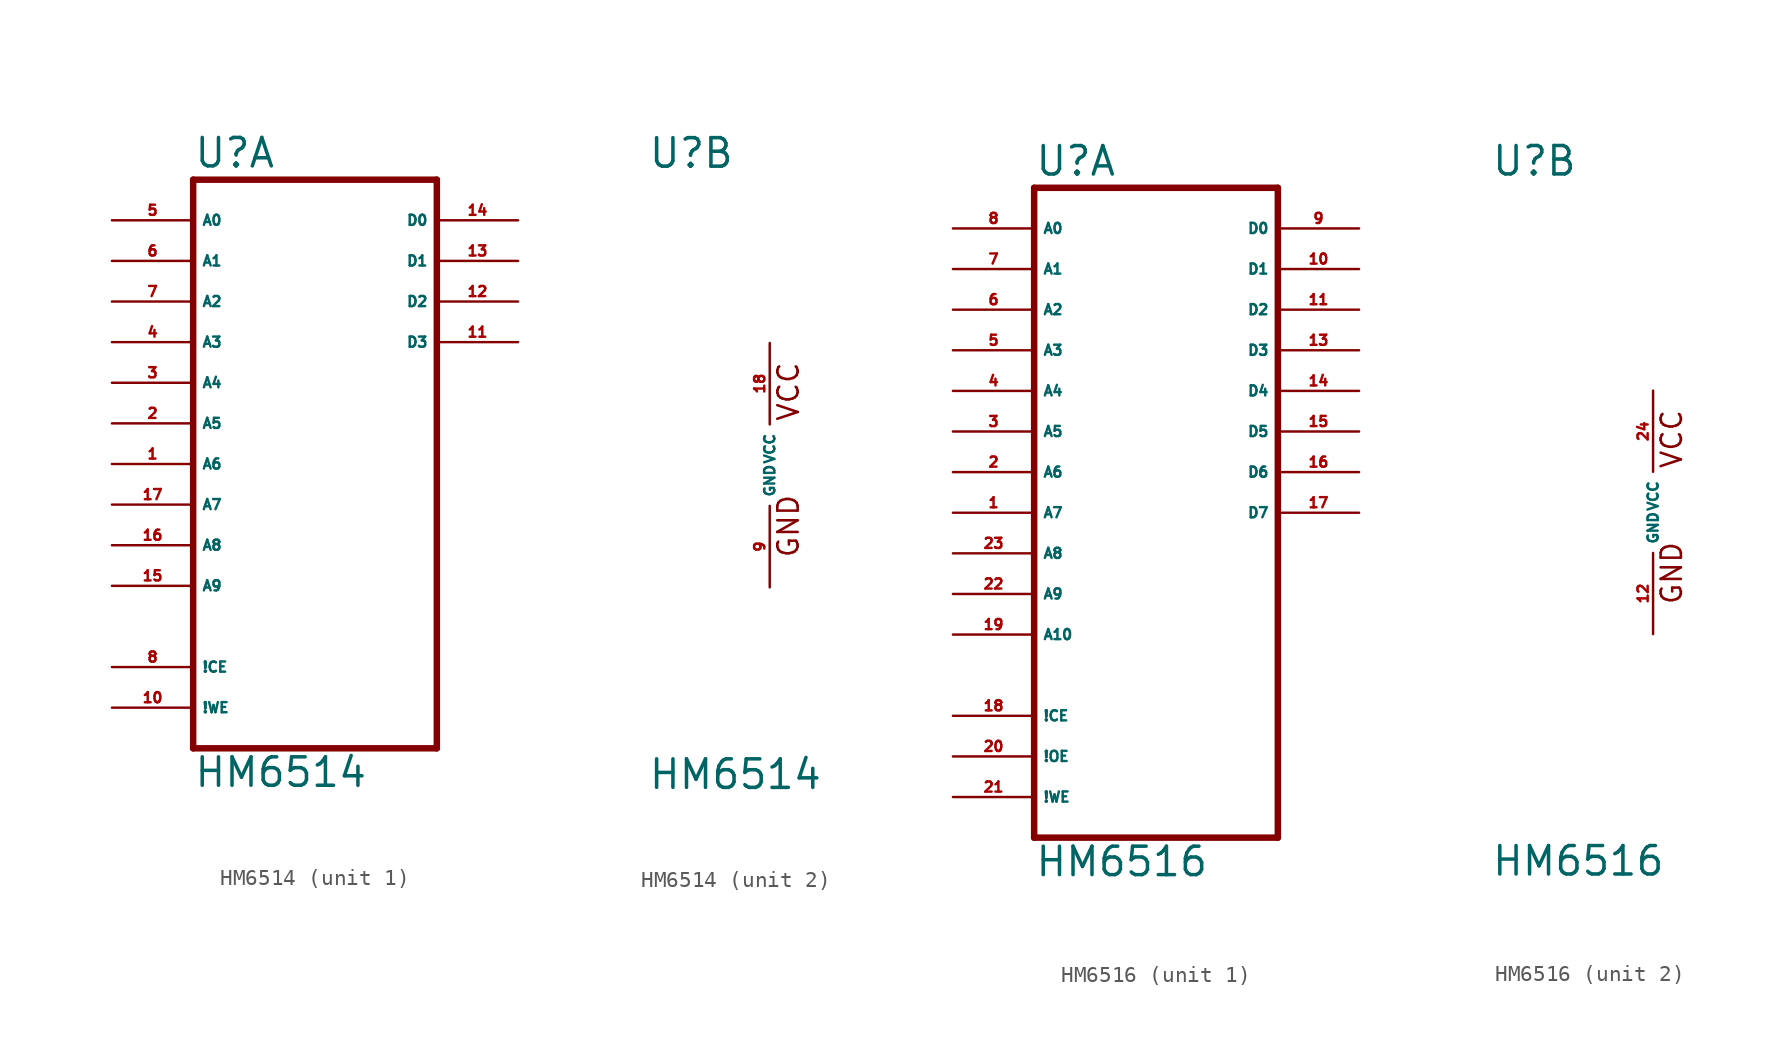
<source format=kicad_sym>
(kicad_symbol_lib
  (version 20220914)
  (generator Eagle2Kicad)
  (symbol "HM6514"
    (property "Reference" "U"
      (at -7.62 18.415 0)
      (effects (font (size 1.778 1.778) (thickness 0.22)) (justify left bottom)))
    (property "Value" "HM6514"
      (at -7.62 -20.32 0)
      (effects (font (size 1.778 1.778) (thickness 0.22)) (justify left bottom)))
    (symbol "HM6514_1_0"
      (polyline (pts (xy -7.62 -17.78) (xy 7.62 -17.78)) (stroke (width 0.406) (type default)) (fill (type none)))
      (polyline (pts (xy 7.62 -17.78) (xy 7.62 17.78)) (stroke (width 0.406) (type default)) (fill (type none)))
      (polyline (pts (xy 7.62 17.78) (xy -7.62 17.78)) (stroke (width 0.406) (type default)) (fill (type none)))
      (polyline (pts (xy -7.62 17.78) (xy -7.62 -17.78)) (stroke (width 0.406) (type default)) (fill (type none)))
      (pin input line (at -12.7 0 0) (length 5.08) (name "A6" (effects (font (size 0.635 0.635) (thickness 0.08)) (justify left bottom))) (number "1" (effects (font (size 0.635 0.635) (thickness 0.08)) (justify left bottom))))
      (pin input line (at -12.7 2.54 0) (length 5.08) (name "A5" (effects (font (size 0.635 0.635) (thickness 0.08)) (justify left bottom))) (number "2" (effects (font (size 0.635 0.635) (thickness 0.08)) (justify left bottom))))
      (pin input line (at -12.7 5.08 0) (length 5.08) (name "A4" (effects (font (size 0.635 0.635) (thickness 0.08)) (justify left bottom))) (number "3" (effects (font (size 0.635 0.635) (thickness 0.08)) (justify left bottom))))
      (pin input line (at -12.7 7.62 0) (length 5.08) (name "A3" (effects (font (size 0.635 0.635) (thickness 0.08)) (justify left bottom))) (number "4" (effects (font (size 0.635 0.635) (thickness 0.08)) (justify left bottom))))
      (pin input line (at -12.7 15.24 0) (length 5.08) (name "A0" (effects (font (size 0.635 0.635) (thickness 0.08)) (justify left bottom))) (number "5" (effects (font (size 0.635 0.635) (thickness 0.08)) (justify left bottom))))
      (pin input line (at -12.7 12.7 0) (length 5.08) (name "A1" (effects (font (size 0.635 0.635) (thickness 0.08)) (justify left bottom))) (number "6" (effects (font (size 0.635 0.635) (thickness 0.08)) (justify left bottom))))
      (pin input line (at -12.7 10.16 0) (length 5.08) (name "A2" (effects (font (size 0.635 0.635) (thickness 0.08)) (justify left bottom))) (number "7" (effects (font (size 0.635 0.635) (thickness 0.08)) (justify left bottom))))
      (pin input line (at -12.7 -12.7 0) (length 5.08) (name "!CE" (effects (font (size 0.635 0.635) (thickness 0.08)) (justify left bottom))) (number "8" (effects (font (size 0.635 0.635) (thickness 0.08)) (justify left bottom))))
      (pin input line (at -12.7 -15.24 0) (length 5.08) (name "!WE" (effects (font (size 0.635 0.635) (thickness 0.08)) (justify left bottom))) (number "10" (effects (font (size 0.635 0.635) (thickness 0.08)) (justify left bottom))))
      (pin bidirectional line (at 12.7 7.62 180) (length 5.08) (name "D3" (effects (font (size 0.635 0.635) (thickness 0.08)) (justify left bottom))) (number "11" (effects (font (size 0.635 0.635) (thickness 0.08)) (justify left bottom))))
      (pin bidirectional line (at 12.7 10.16 180) (length 5.08) (name "D2" (effects (font (size 0.635 0.635) (thickness 0.08)) (justify left bottom))) (number "12" (effects (font (size 0.635 0.635) (thickness 0.08)) (justify left bottom))))
      (pin bidirectional line (at 12.7 12.7 180) (length 5.08) (name "D1" (effects (font (size 0.635 0.635) (thickness 0.08)) (justify left bottom))) (number "13" (effects (font (size 0.635 0.635) (thickness 0.08)) (justify left bottom))))
      (pin bidirectional line (at 12.7 15.24 180) (length 5.08) (name "D0" (effects (font (size 0.635 0.635) (thickness 0.08)) (justify left bottom))) (number "14" (effects (font (size 0.635 0.635) (thickness 0.08)) (justify left bottom))))
      (pin input line (at -12.7 -7.62 0) (length 5.08) (name "A9" (effects (font (size 0.635 0.635) (thickness 0.08)) (justify left bottom))) (number "15" (effects (font (size 0.635 0.635) (thickness 0.08)) (justify left bottom))))
      (pin input line (at -12.7 -5.08 0) (length 5.08) (name "A8" (effects (font (size 0.635 0.635) (thickness 0.08)) (justify left bottom))) (number "16" (effects (font (size 0.635 0.635) (thickness 0.08)) (justify left bottom))))
      (pin input line (at -12.7 -2.54 0) (length 5.08) (name "A7" (effects (font (size 0.635 0.635) (thickness 0.08)) (justify left bottom))) (number "17" (effects (font (size 0.635 0.635) (thickness 0.08)) (justify left bottom)))))
    (symbol "HM6514_2_0"
      (text "GND" (at 1.905 -5.842 900) (effects (font (size 1.27 1.27) (thickness 0.16)) (justify left bottom)))
      (text "VCC" (at 1.905 2.667 900) (effects (font (size 1.27 1.27) (thickness 0.16)) (justify left bottom)))
      (pin unspecified line (at 0 -7.62 90) (length 5.08) (name "GND" (effects (font (size 0.635 0.635) (thickness 0.08)) (justify left bottom))) (number "9" (effects (font (size 0.635 0.635) (thickness 0.08)) (justify left bottom))))
      (pin unspecified line (at 0 7.62 270) (length 5.08) (name "VCC" (effects (font (size 0.635 0.635) (thickness 0.08)) (justify left bottom))) (number "18" (effects (font (size 0.635 0.635) (thickness 0.08)) (justify left bottom))))))
  (symbol "HM6516"
    (property "Reference" "U"
      (at -10.16 20.955 0)
      (effects (font (size 1.778 1.778) (thickness 0.22)) (justify left bottom)))
    (property "Value" "HM6516"
      (at -10.16 -22.86 0)
      (effects (font (size 1.778 1.778) (thickness 0.22)) (justify left bottom)))
    (symbol "HM6516_1_0"
      (polyline (pts (xy -10.16 -20.32) (xy 5.08 -20.32)) (stroke (width 0.406) (type default)) (fill (type none)))
      (polyline (pts (xy 5.08 -20.32) (xy 5.08 20.32)) (stroke (width 0.406) (type default)) (fill (type none)))
      (polyline (pts (xy 5.08 20.32) (xy -10.16 20.32)) (stroke (width 0.406) (type default)) (fill (type none)))
      (polyline (pts (xy -10.16 20.32) (xy -10.16 -20.32)) (stroke (width 0.406) (type default)) (fill (type none)))
      (pin input line (at -15.24 0 0) (length 5.08) (name "A7" (effects (font (size 0.635 0.635) (thickness 0.08)) (justify left bottom))) (number "1" (effects (font (size 0.635 0.635) (thickness 0.08)) (justify left bottom))))
      (pin input line (at -15.24 2.54 0) (length 5.08) (name "A6" (effects (font (size 0.635 0.635) (thickness 0.08)) (justify left bottom))) (number "2" (effects (font (size 0.635 0.635) (thickness 0.08)) (justify left bottom))))
      (pin input line (at -15.24 5.08 0) (length 5.08) (name "A5" (effects (font (size 0.635 0.635) (thickness 0.08)) (justify left bottom))) (number "3" (effects (font (size 0.635 0.635) (thickness 0.08)) (justify left bottom))))
      (pin input line (at -15.24 7.62 0) (length 5.08) (name "A4" (effects (font (size 0.635 0.635) (thickness 0.08)) (justify left bottom))) (number "4" (effects (font (size 0.635 0.635) (thickness 0.08)) (justify left bottom))))
      (pin input line (at -15.24 10.16 0) (length 5.08) (name "A3" (effects (font (size 0.635 0.635) (thickness 0.08)) (justify left bottom))) (number "5" (effects (font (size 0.635 0.635) (thickness 0.08)) (justify left bottom))))
      (pin input line (at -15.24 12.7 0) (length 5.08) (name "A2" (effects (font (size 0.635 0.635) (thickness 0.08)) (justify left bottom))) (number "6" (effects (font (size 0.635 0.635) (thickness 0.08)) (justify left bottom))))
      (pin input line (at -15.24 15.24 0) (length 5.08) (name "A1" (effects (font (size 0.635 0.635) (thickness 0.08)) (justify left bottom))) (number "7" (effects (font (size 0.635 0.635) (thickness 0.08)) (justify left bottom))))
      (pin input line (at -15.24 17.78 0) (length 5.08) (name "A0" (effects (font (size 0.635 0.635) (thickness 0.08)) (justify left bottom))) (number "8" (effects (font (size 0.635 0.635) (thickness 0.08)) (justify left bottom))))
      (pin bidirectional line (at 10.16 17.78 180) (length 5.08) (name "D0" (effects (font (size 0.635 0.635) (thickness 0.08)) (justify left bottom))) (number "9" (effects (font (size 0.635 0.635) (thickness 0.08)) (justify left bottom))))
      (pin bidirectional line (at 10.16 15.24 180) (length 5.08) (name "D1" (effects (font (size 0.635 0.635) (thickness 0.08)) (justify left bottom))) (number "10" (effects (font (size 0.635 0.635) (thickness 0.08)) (justify left bottom))))
      (pin bidirectional line (at 10.16 12.7 180) (length 5.08) (name "D2" (effects (font (size 0.635 0.635) (thickness 0.08)) (justify left bottom))) (number "11" (effects (font (size 0.635 0.635) (thickness 0.08)) (justify left bottom))))
      (pin bidirectional line (at 10.16 10.16 180) (length 5.08) (name "D3" (effects (font (size 0.635 0.635) (thickness 0.08)) (justify left bottom))) (number "13" (effects (font (size 0.635 0.635) (thickness 0.08)) (justify left bottom))))
      (pin bidirectional line (at 10.16 7.62 180) (length 5.08) (name "D4" (effects (font (size 0.635 0.635) (thickness 0.08)) (justify left bottom))) (number "14" (effects (font (size 0.635 0.635) (thickness 0.08)) (justify left bottom))))
      (pin bidirectional line (at 10.16 5.08 180) (length 5.08) (name "D5" (effects (font (size 0.635 0.635) (thickness 0.08)) (justify left bottom))) (number "15" (effects (font (size 0.635 0.635) (thickness 0.08)) (justify left bottom))))
      (pin bidirectional line (at 10.16 2.54 180) (length 5.08) (name "D6" (effects (font (size 0.635 0.635) (thickness 0.08)) (justify left bottom))) (number "16" (effects (font (size 0.635 0.635) (thickness 0.08)) (justify left bottom))))
      (pin bidirectional line (at 10.16 0 180) (length 5.08) (name "D7" (effects (font (size 0.635 0.635) (thickness 0.08)) (justify left bottom))) (number "17" (effects (font (size 0.635 0.635) (thickness 0.08)) (justify left bottom))))
      (pin input line (at -15.24 -12.7 0) (length 5.08) (name "!CE" (effects (font (size 0.635 0.635) (thickness 0.08)) (justify left bottom))) (number "18" (effects (font (size 0.635 0.635) (thickness 0.08)) (justify left bottom))))
      (pin input line (at -15.24 -7.62 0) (length 5.08) (name "A10" (effects (font (size 0.635 0.635) (thickness 0.08)) (justify left bottom))) (number "19" (effects (font (size 0.635 0.635) (thickness 0.08)) (justify left bottom))))
      (pin input line (at -15.24 -15.24 0) (length 5.08) (name "!OE" (effects (font (size 0.635 0.635) (thickness 0.08)) (justify left bottom))) (number "20" (effects (font (size 0.635 0.635) (thickness 0.08)) (justify left bottom))))
      (pin input line (at -15.24 -17.78 0) (length 5.08) (name "!WE" (effects (font (size 0.635 0.635) (thickness 0.08)) (justify left bottom))) (number "21" (effects (font (size 0.635 0.635) (thickness 0.08)) (justify left bottom))))
      (pin input line (at -15.24 -5.08 0) (length 5.08) (name "A9" (effects (font (size 0.635 0.635) (thickness 0.08)) (justify left bottom))) (number "22" (effects (font (size 0.635 0.635) (thickness 0.08)) (justify left bottom))))
      (pin input line (at -15.24 -2.54 0) (length 5.08) (name "A8" (effects (font (size 0.635 0.635) (thickness 0.08)) (justify left bottom))) (number "23" (effects (font (size 0.635 0.635) (thickness 0.08)) (justify left bottom)))))
    (symbol "HM6516_2_0"
      (text "GND" (at 1.905 -5.842 900) (effects (font (size 1.27 1.27) (thickness 0.16)) (justify left bottom)))
      (text "VCC" (at 1.905 2.667 900) (effects (font (size 1.27 1.27) (thickness 0.16)) (justify left bottom)))
      (pin unspecified line (at 0 -7.62 90) (length 5.08) (name "GND" (effects (font (size 0.635 0.635) (thickness 0.08)) (justify left bottom))) (number "12" (effects (font (size 0.635 0.635) (thickness 0.08)) (justify left bottom))))
      (pin unspecified line (at 0 7.62 270) (length 5.08) (name "VCC" (effects (font (size 0.635 0.635) (thickness 0.08)) (justify left bottom))) (number "24" (effects (font (size 0.635 0.635) (thickness 0.08)) (justify left bottom)))))))
</source>
